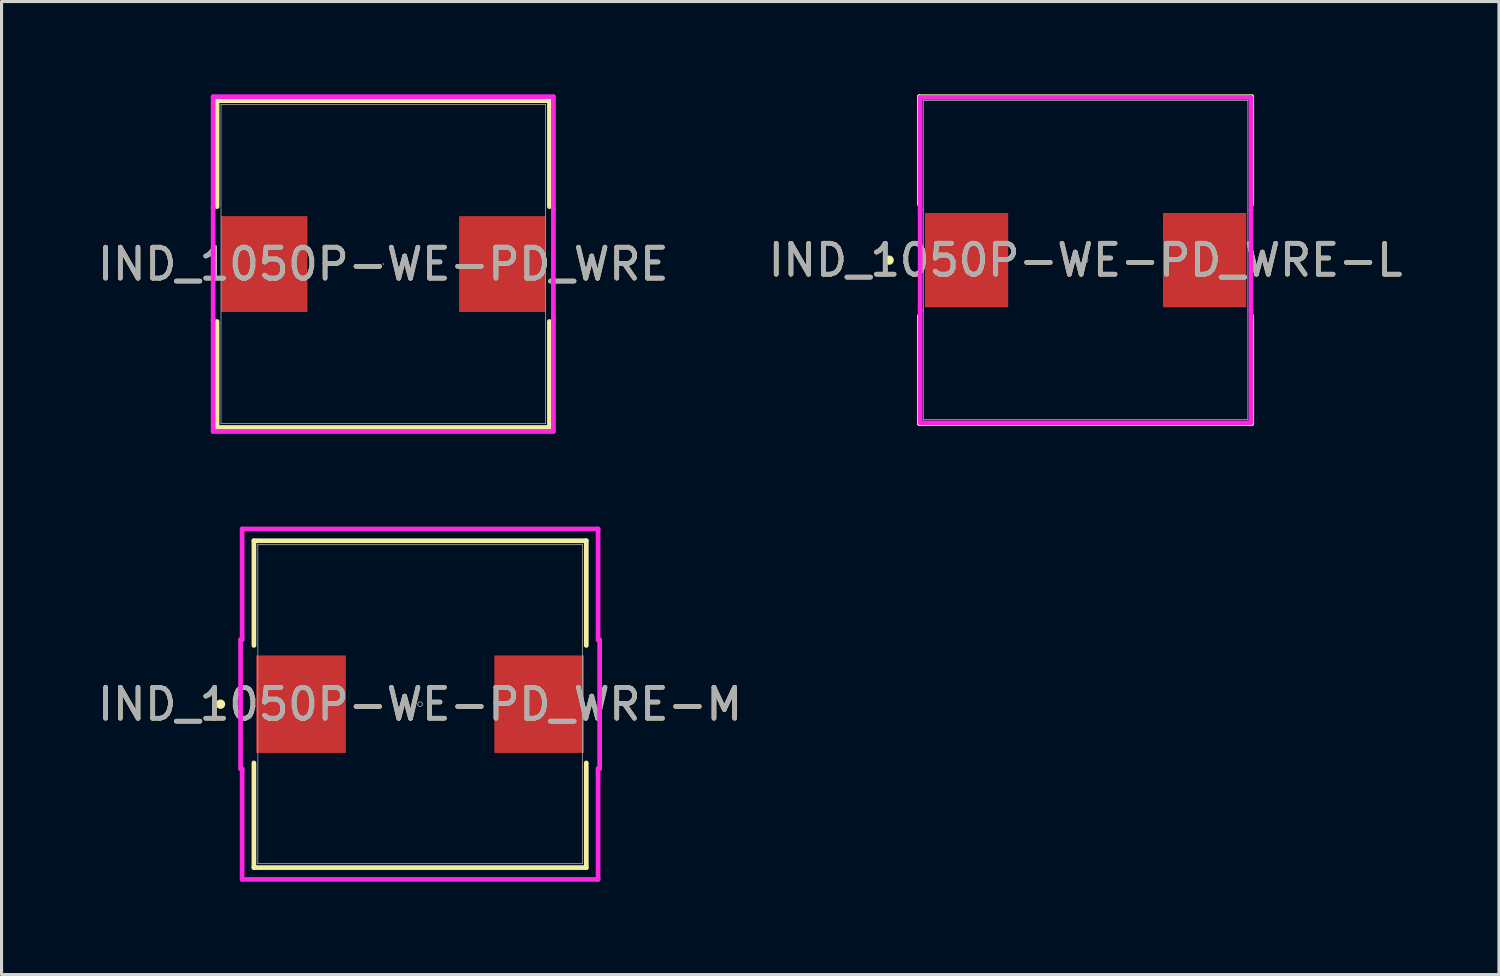
<source format=kicad_pcb>
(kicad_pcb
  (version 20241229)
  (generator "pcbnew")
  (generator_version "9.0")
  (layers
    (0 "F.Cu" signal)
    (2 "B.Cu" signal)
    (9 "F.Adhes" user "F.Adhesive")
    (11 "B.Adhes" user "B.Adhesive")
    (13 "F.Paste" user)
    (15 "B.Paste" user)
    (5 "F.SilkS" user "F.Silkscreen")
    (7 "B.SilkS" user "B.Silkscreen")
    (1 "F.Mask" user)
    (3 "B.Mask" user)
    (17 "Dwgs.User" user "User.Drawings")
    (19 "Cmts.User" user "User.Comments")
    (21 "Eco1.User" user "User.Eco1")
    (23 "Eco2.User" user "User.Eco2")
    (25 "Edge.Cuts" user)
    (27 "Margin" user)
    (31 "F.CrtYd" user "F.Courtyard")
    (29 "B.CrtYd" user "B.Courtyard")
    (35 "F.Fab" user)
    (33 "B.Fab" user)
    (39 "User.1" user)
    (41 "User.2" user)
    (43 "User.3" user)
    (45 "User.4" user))
  (footprint "IND_1050P-WE-PD_WRE-M"
    (layer "F.Cu")
    (at 10.53 19.713)
    (property "Reference" "IND_1050P-WE-PD_WRE-M" (at 0 0 0) (unlocked yes) (layer "F.SilkS") (effects (font (size 1 1) (thickness 0.15))))
    (attr smd)
    (fp_line (start -5.372 -5.283) (end -5.372 -1.899) (stroke (width 0.152) (type solid)) (layer "F.SilkS"))
    (fp_line (start -5.372 1.899) (end -5.372 5.283) (stroke (width 0.152) (type solid)) (layer "F.SilkS"))
    (fp_line (start -5.372 5.283) (end 5.372 5.283) (stroke (width 0.152) (type solid)) (layer "F.SilkS"))
    (fp_line (start 5.372 -5.283) (end -5.372 -5.283) (stroke (width 0.152) (type solid)) (layer "F.SilkS"))
    (fp_line (start 5.372 -1.899) (end 5.372 -5.283) (stroke (width 0.152) (type solid)) (layer "F.SilkS"))
    (fp_line (start 5.372 5.283) (end 5.372 1.899) (stroke (width 0.152) (type solid)) (layer "F.SilkS"))
    (fp_circle (center -6.452 0) (end -6.375 0) (stroke (width 0.152) (type solid)) (fill no) (layer "F.SilkS"))
    (fp_line (start -5.804 -2.083) (end -5.753 -2.083) (stroke (width 0.152) (type solid)) (layer "F.CrtYd"))
    (fp_line (start -5.804 2.083) (end -5.804 -2.083) (stroke (width 0.152) (type solid)) (layer "F.CrtYd"))
    (fp_line (start -5.804 2.083) (end -5.753 2.083) (stroke (width 0.152) (type solid)) (layer "F.CrtYd"))
    (fp_line (start -5.753 -5.664) (end 5.753 -5.664) (stroke (width 0.152) (type solid)) (layer "F.CrtYd"))
    (fp_line (start -5.753 -2.083) (end -5.753 -5.664) (stroke (width 0.152) (type solid)) (layer "F.CrtYd"))
    (fp_line (start -5.753 5.664) (end -5.753 2.083) (stroke (width 0.152) (type solid)) (layer "F.CrtYd"))
    (fp_line (start 5.753 -5.664) (end 5.753 -2.083) (stroke (width 0.152) (type solid)) (layer "F.CrtYd"))
    (fp_line (start 5.753 2.083) (end 5.753 5.664) (stroke (width 0.152) (type solid)) (layer "F.CrtYd"))
    (fp_line (start 5.753 5.664) (end -5.753 5.664) (stroke (width 0.152) (type solid)) (layer "F.CrtYd"))
    (fp_line (start 5.804 -2.083) (end 5.753 -2.083) (stroke (width 0.152) (type solid)) (layer "F.CrtYd"))
    (fp_line (start 5.804 -2.083) (end 5.804 2.083) (stroke (width 0.152) (type solid)) (layer "F.CrtYd"))
    (fp_line (start 5.804 2.083) (end 5.753 2.083) (stroke (width 0.152) (type solid)) (layer "F.CrtYd"))
    (fp_line (start -5.245 -5.156) (end -5.245 5.156) (stroke (width 0.025) (type solid)) (layer "F.Fab"))
    (fp_line (start -5.245 5.156) (end 5.245 5.156) (stroke (width 0.025) (type solid)) (layer "F.Fab"))
    (fp_line (start 5.245 -5.156) (end -5.245 -5.156) (stroke (width 0.025) (type solid)) (layer "F.Fab"))
    (fp_line (start 5.245 5.156) (end 5.245 -5.156) (stroke (width 0.025) (type solid)) (layer "F.Fab"))
    (fp_circle (center 0 0) (end 0.076 0) (stroke (width 0.025) (type solid)) (fill no) (layer "F.Fab"))
    (fp_text user "${REFERENCE}" (at 0 0 0) (unlocked yes) (layer "F.Fab") (effects (font (size 1 1) (thickness 0.15))))
    (pad "1" smd rect (at -3.848 0) (size 2.896 3.15) (layers "F.Cu" "F.Mask" "F.Paste"))
    (pad "2" smd rect (at 3.848 0) (size 2.896 3.15) (layers "F.Cu" "F.Mask" "F.Paste")))
  (footprint "IND_1050P-WE-PD_WRE-L"
    (layer "F.Cu")
    (at 32.042 5.359)
    (property "Reference" "IND_1050P-WE-PD_WRE-L" (at 0 0 0) (unlocked yes) (layer "F.SilkS") (effects (font (size 1 1) (thickness 0.15))))
    (attr smd)
    (fp_line (start -5.372 -5.283) (end -5.372 -1.805) (stroke (width 0.152) (type solid)) (layer "F.SilkS"))
    (fp_line (start -5.372 1.805) (end -5.372 5.283) (stroke (width 0.152) (type solid)) (layer "F.SilkS"))
    (fp_line (start -5.372 5.283) (end 5.372 5.283) (stroke (width 0.152) (type solid)) (layer "F.SilkS"))
    (fp_line (start 5.372 -5.283) (end -5.372 -5.283) (stroke (width 0.152) (type solid)) (layer "F.SilkS"))
    (fp_line (start 5.372 -1.805) (end 5.372 -5.283) (stroke (width 0.152) (type solid)) (layer "F.SilkS"))
    (fp_line (start 5.372 5.283) (end 5.372 1.805) (stroke (width 0.152) (type solid)) (layer "F.SilkS"))
    (fp_circle (center -6.35 0) (end -6.274 0) (stroke (width 0.152) (type solid)) (fill no) (layer "F.SilkS"))
    (fp_line (start -5.347 -5.258) (end 5.347 -5.258) (stroke (width 0.152) (type solid)) (layer "F.CrtYd"))
    (fp_line (start -5.347 -1.626) (end -5.347 -5.258) (stroke (width 0.152) (type solid)) (layer "F.CrtYd"))
    (fp_line (start -5.347 -1.626) (end -5.347 -1.626) (stroke (width 0.152) (type solid)) (layer "F.CrtYd"))
    (fp_line (start -5.347 1.626) (end -5.347 -1.626) (stroke (width 0.152) (type solid)) (layer "F.CrtYd"))
    (fp_line (start -5.347 1.626) (end -5.347 1.626) (stroke (width 0.152) (type solid)) (layer "F.CrtYd"))
    (fp_line (start -5.347 5.258) (end -5.347 1.626) (stroke (width 0.152) (type solid)) (layer "F.CrtYd"))
    (fp_line (start 5.347 -5.258) (end 5.347 -1.626) (stroke (width 0.152) (type solid)) (layer "F.CrtYd"))
    (fp_line (start 5.347 -1.626) (end 5.347 -1.626) (stroke (width 0.152) (type solid)) (layer "F.CrtYd"))
    (fp_line (start 5.347 -1.626) (end 5.347 1.626) (stroke (width 0.152) (type solid)) (layer "F.CrtYd"))
    (fp_line (start 5.347 1.626) (end 5.347 1.626) (stroke (width 0.152) (type solid)) (layer "F.CrtYd"))
    (fp_line (start 5.347 1.626) (end 5.347 5.258) (stroke (width 0.152) (type solid)) (layer "F.CrtYd"))
    (fp_line (start 5.347 5.258) (end -5.347 5.258) (stroke (width 0.152) (type solid)) (layer "F.CrtYd"))
    (fp_line (start -5.245 -5.156) (end -5.245 5.156) (stroke (width 0.025) (type solid)) (layer "F.Fab"))
    (fp_line (start -5.245 5.156) (end 5.245 5.156) (stroke (width 0.025) (type solid)) (layer "F.Fab"))
    (fp_line (start 5.245 -5.156) (end -5.245 -5.156) (stroke (width 0.025) (type solid)) (layer "F.Fab"))
    (fp_line (start 5.245 5.156) (end 5.245 -5.156) (stroke (width 0.025) (type solid)) (layer "F.Fab"))
    (fp_circle (center 0 0) (end 0.076 0) (stroke (width 0.025) (type solid)) (fill no) (layer "F.Fab"))
    (fp_text user "${REFERENCE}" (at 0 0 0) (unlocked yes) (layer "F.Fab") (effects (font (size 1 1) (thickness 0.15))))
    (pad "1" smd rect (at -3.848 0) (size 2.692 3.048) (layers "F.Cu" "F.Mask" "F.Paste"))
    (pad "2" smd rect (at 3.848 0) (size 2.692 3.048) (layers "F.Cu" "F.Mask" "F.Paste")))
  (footprint "IND_1050P-WE-PD_WRE"
    (layer "F.Cu")
    (at 9.339 5.486)
    (property "Reference" "IND_1050P-WE-PD_WRE" (at 0 0 0) (unlocked yes) (layer "F.SilkS") (effects (font (size 1 1) (thickness 0.15))))
    (attr smd)
    (fp_line (start -5.372 -5.283) (end -5.372 -1.857) (stroke (width 0.152) (type solid)) (layer "F.SilkS"))
    (fp_line (start -5.372 1.857) (end -5.372 5.283) (stroke (width 0.152) (type solid)) (layer "F.SilkS"))
    (fp_line (start -5.372 5.283) (end 5.372 5.283) (stroke (width 0.152) (type solid)) (layer "F.SilkS"))
    (fp_line (start 5.372 -5.283) (end -5.372 -5.283) (stroke (width 0.152) (type solid)) (layer "F.SilkS"))
    (fp_line (start 5.372 -1.857) (end 5.372 -5.283) (stroke (width 0.152) (type solid)) (layer "F.SilkS"))
    (fp_line (start 5.372 5.283) (end 5.372 1.857) (stroke (width 0.152) (type solid)) (layer "F.SilkS"))
    (fp_line (start -5.499 -5.41) (end 5.499 -5.41) (stroke (width 0.152) (type solid)) (layer "F.CrtYd"))
    (fp_line (start -5.499 -1.803) (end -5.499 -5.41) (stroke (width 0.152) (type solid)) (layer "F.CrtYd"))
    (fp_line (start -5.499 -1.803) (end -5.499 -1.803) (stroke (width 0.152) (type solid)) (layer "F.CrtYd"))
    (fp_line (start -5.499 1.803) (end -5.499 -1.803) (stroke (width 0.152) (type solid)) (layer "F.CrtYd"))
    (fp_line (start -5.499 1.803) (end -5.499 1.803) (stroke (width 0.152) (type solid)) (layer "F.CrtYd"))
    (fp_line (start -5.499 5.41) (end -5.499 1.803) (stroke (width 0.152) (type solid)) (layer "F.CrtYd"))
    (fp_line (start 5.499 -5.41) (end 5.499 -1.803) (stroke (width 0.152) (type solid)) (layer "F.CrtYd"))
    (fp_line (start 5.499 -1.803) (end 5.499 -1.803) (stroke (width 0.152) (type solid)) (layer "F.CrtYd"))
    (fp_line (start 5.499 -1.803) (end 5.499 1.803) (stroke (width 0.152) (type solid)) (layer "F.CrtYd"))
    (fp_line (start 5.499 1.803) (end 5.499 1.803) (stroke (width 0.152) (type solid)) (layer "F.CrtYd"))
    (fp_line (start 5.499 1.803) (end 5.499 5.41) (stroke (width 0.152) (type solid)) (layer "F.CrtYd"))
    (fp_line (start 5.499 5.41) (end -5.499 5.41) (stroke (width 0.152) (type solid)) (layer "F.CrtYd"))
    (fp_line (start -5.245 -5.156) (end -5.245 5.156) (stroke (width 0.025) (type solid)) (layer "F.Fab"))
    (fp_line (start -5.245 5.156) (end 5.245 5.156) (stroke (width 0.025) (type solid)) (layer "F.Fab"))
    (fp_line (start 5.245 -5.156) (end -5.245 -5.156) (stroke (width 0.025) (type solid)) (layer "F.Fab"))
    (fp_line (start 5.245 5.156) (end 5.245 -5.156) (stroke (width 0.025) (type solid)) (layer "F.Fab"))
    (fp_circle (center 0 0) (end 0 0) (stroke (width 0.025) (type solid)) (fill no) (layer "F.Fab"))
    (fp_text user "${REFERENCE}" (at 0 0 0) (unlocked yes) (layer "F.Fab") (effects (font (size 1 1) (thickness 0.15))))
    (pad "1" smd rect (at -3.848 0) (size 2.794 3.099) (layers "F.Cu" "F.Mask" "F.Paste"))
    (pad "2" smd rect (at 3.848 0) (size 2.794 3.099) (layers "F.Cu" "F.Mask" "F.Paste")))
  (gr_rect
    (start -3 -3)
    (end 45.405 28.454)
    (stroke (width 0.1) (type default))
    (fill no)
    (layer "Edge.Cuts")))
</source>
